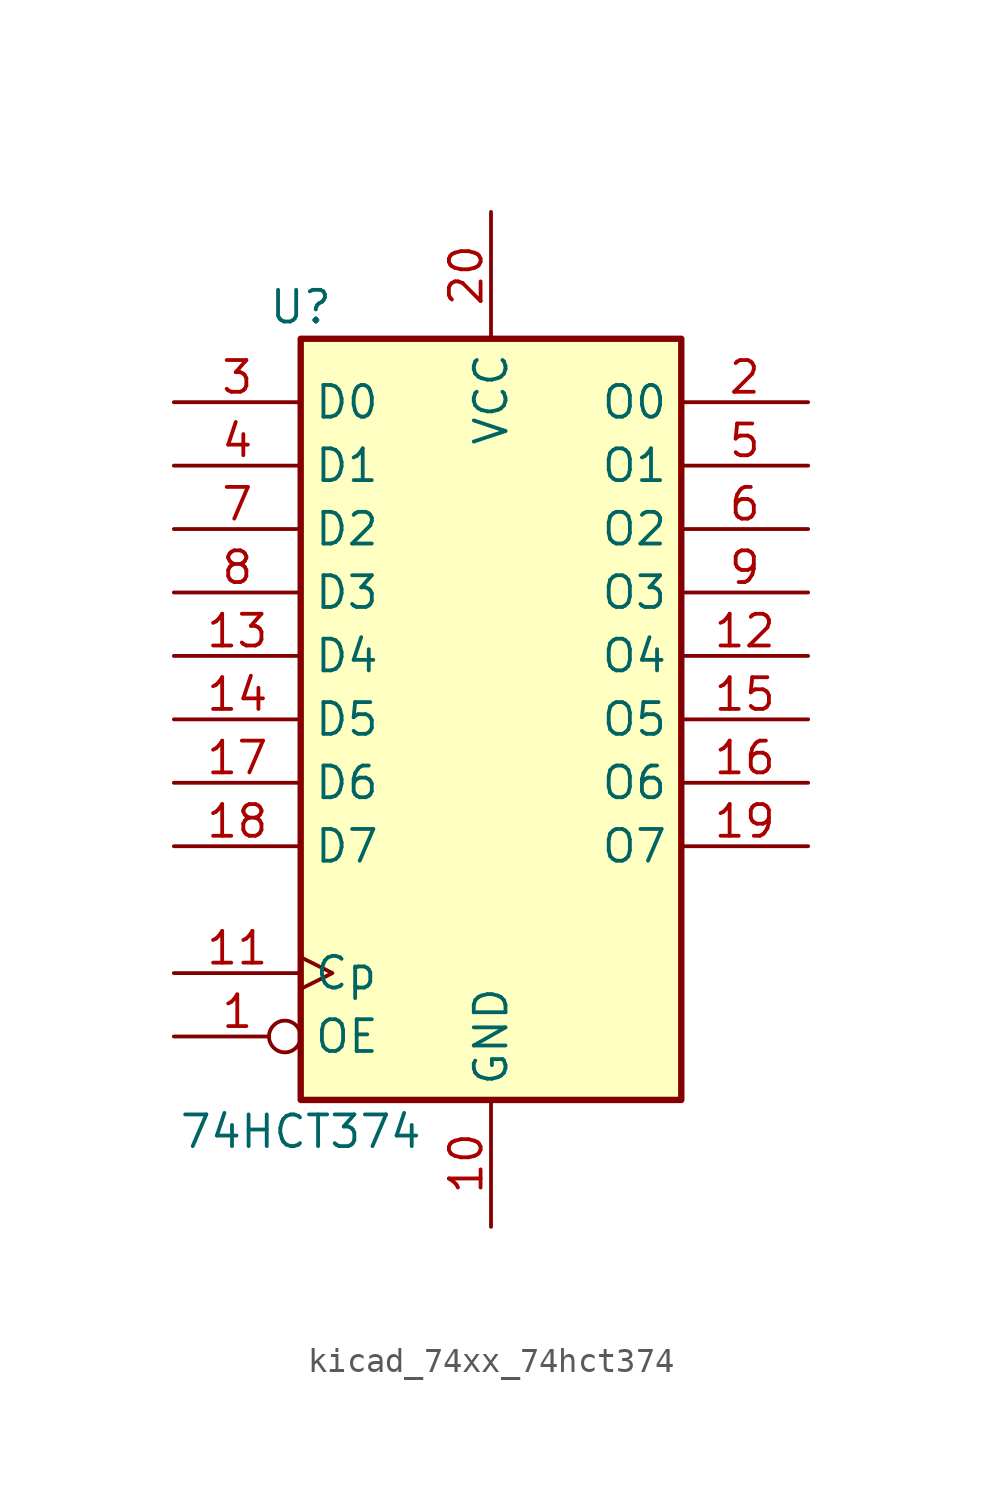
<source format=kicad_sym>
(kicad_symbol_lib
  (version 20220914)
  (generator kicad_symbol_editor)
  (symbol "kicad_74xx_74hct374"
    (property "Reference" "U"
      (at -7.62 16.51 0)
      (effects (font (size 1.27 1.27))))
    (property "Value" "74HCT374"
      (at -7.62 -16.51 0)
      (effects (font (size 1.27 1.27))))
    (symbol "kicad_74xx_74hct374_1_0"
      (pin input inverted (at -12.7 -12.7 0) (length 5.08) (name "OE" (effects (font (size 1.27 1.27)))) (number "1" (effects (font (size 1.27 1.27)))))
      (pin power_in line (at 0 -20.32 90) (length 5.08) (name "GND" (effects (font (size 1.27 1.27)))) (number "10" (effects (font (size 1.27 1.27)))))
      (pin input clock (at -12.7 -10.16 0) (length 5.08) (name "Cp" (effects (font (size 1.27 1.27)))) (number "11" (effects (font (size 1.27 1.27)))))
      (pin tri_state line (at 12.7 2.54 180) (length 5.08) (name "O4" (effects (font (size 1.27 1.27)))) (number "12" (effects (font (size 1.27 1.27)))))
      (pin input line (at -12.7 2.54 0) (length 5.08) (name "D4" (effects (font (size 1.27 1.27)))) (number "13" (effects (font (size 1.27 1.27)))))
      (pin input line (at -12.7 0 0) (length 5.08) (name "D5" (effects (font (size 1.27 1.27)))) (number "14" (effects (font (size 1.27 1.27)))))
      (pin tri_state line (at 12.7 0 180) (length 5.08) (name "O5" (effects (font (size 1.27 1.27)))) (number "15" (effects (font (size 1.27 1.27)))))
      (pin tri_state line (at 12.7 -2.54 180) (length 5.08) (name "O6" (effects (font (size 1.27 1.27)))) (number "16" (effects (font (size 1.27 1.27)))))
      (pin input line (at -12.7 -2.54 0) (length 5.08) (name "D6" (effects (font (size 1.27 1.27)))) (number "17" (effects (font (size 1.27 1.27)))))
      (pin input line (at -12.7 -5.08 0) (length 5.08) (name "D7" (effects (font (size 1.27 1.27)))) (number "18" (effects (font (size 1.27 1.27)))))
      (pin tri_state line (at 12.7 -5.08 180) (length 5.08) (name "O7" (effects (font (size 1.27 1.27)))) (number "19" (effects (font (size 1.27 1.27)))))
      (pin tri_state line (at 12.7 12.7 180) (length 5.08) (name "O0" (effects (font (size 1.27 1.27)))) (number "2" (effects (font (size 1.27 1.27)))))
      (pin power_in line (at 0 20.32 270) (length 5.08) (name "VCC" (effects (font (size 1.27 1.27)))) (number "20" (effects (font (size 1.27 1.27)))))
      (pin input line (at -12.7 12.7 0) (length 5.08) (name "D0" (effects (font (size 1.27 1.27)))) (number "3" (effects (font (size 1.27 1.27)))))
      (pin input line (at -12.7 10.16 0) (length 5.08) (name "D1" (effects (font (size 1.27 1.27)))) (number "4" (effects (font (size 1.27 1.27)))))
      (pin tri_state line (at 12.7 10.16 180) (length 5.08) (name "O1" (effects (font (size 1.27 1.27)))) (number "5" (effects (font (size 1.27 1.27)))))
      (pin tri_state line (at 12.7 7.62 180) (length 5.08) (name "O2" (effects (font (size 1.27 1.27)))) (number "6" (effects (font (size 1.27 1.27)))))
      (pin input line (at -12.7 7.62 0) (length 5.08) (name "D2" (effects (font (size 1.27 1.27)))) (number "7" (effects (font (size 1.27 1.27)))))
      (pin input line (at -12.7 5.08 0) (length 5.08) (name "D3" (effects (font (size 1.27 1.27)))) (number "8" (effects (font (size 1.27 1.27)))))
      (pin tri_state line (at 12.7 5.08 180) (length 5.08) (name "O3" (effects (font (size 1.27 1.27)))) (number "9" (effects (font (size 1.27 1.27))))))
    (symbol "kicad_74xx_74hct374_1_1"
      (rectangle (start -7.62 15.24) (end 7.62 -15.24) (stroke (width 0.254) (type default)) (fill (type background))))))
</source>
